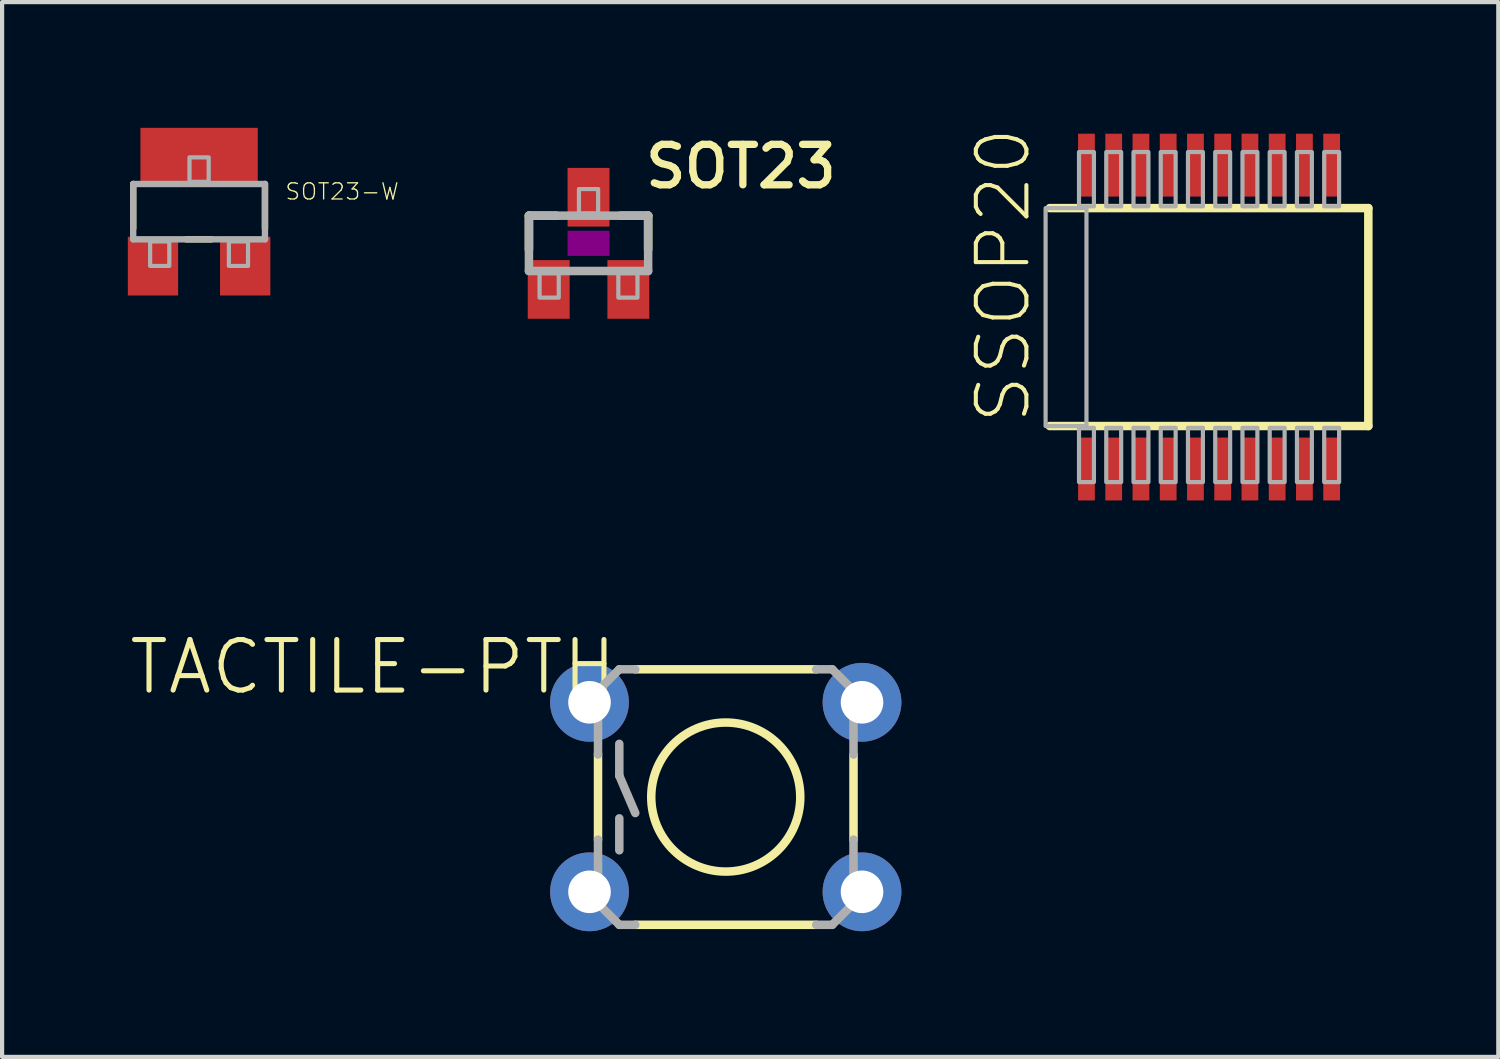
<source format=kicad_pcb>
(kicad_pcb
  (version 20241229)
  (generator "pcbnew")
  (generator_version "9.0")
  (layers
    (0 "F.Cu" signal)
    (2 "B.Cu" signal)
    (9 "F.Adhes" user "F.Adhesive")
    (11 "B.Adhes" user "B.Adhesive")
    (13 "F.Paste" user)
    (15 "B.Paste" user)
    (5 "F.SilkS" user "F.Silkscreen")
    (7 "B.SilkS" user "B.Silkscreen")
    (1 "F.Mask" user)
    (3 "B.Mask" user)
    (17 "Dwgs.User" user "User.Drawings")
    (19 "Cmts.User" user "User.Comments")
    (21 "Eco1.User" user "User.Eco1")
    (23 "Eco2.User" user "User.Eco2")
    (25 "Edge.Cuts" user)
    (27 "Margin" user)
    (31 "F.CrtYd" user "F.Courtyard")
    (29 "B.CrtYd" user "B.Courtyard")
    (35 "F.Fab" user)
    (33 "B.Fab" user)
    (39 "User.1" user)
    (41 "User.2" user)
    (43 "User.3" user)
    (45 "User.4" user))
  (footprint "SOT23"
    (layer "F.Cu")
    (at 10.992 2.756)
    (property "Reference" "SOT23" (at 1.27 -1.27 0) (layer "F.SilkS") (effects (font (size 0.965 0.965) (thickness 0.174)) (justify left bottom)))
    (attr through_hole)
    (fp_line (start -1.422 -0.66) (end -0.764 -0.66) (stroke (width 0.203) (type solid)) (layer "F.SilkS"))
    (fp_line (start -1.422 0.152) (end -1.422 -0.66) (stroke (width 0.203) (type solid)) (layer "F.SilkS"))
    (fp_line (start 0.764 -0.66) (end 1.422 -0.66) (stroke (width 0.203) (type solid)) (layer "F.SilkS"))
    (fp_line (start 1.422 -0.66) (end 1.422 0.152) (stroke (width 0.203) (type solid)) (layer "F.SilkS"))
    (fp_poly (pts (xy -0.5 0.3) (xy 0.5 0.3) (xy 0.5 -0.3) (xy -0.5 -0.3)) (stroke (width 0) (type solid)) (fill yes) (layer "F.Adhes"))
    (fp_line (start -1.422 -0.66) (end 1.422 -0.66) (stroke (width 0.203) (type solid)) (layer "F.Fab"))
    (fp_line (start -1.422 0.66) (end -1.422 -0.66) (stroke (width 0.203) (type solid)) (layer "F.Fab"))
    (fp_line (start 1.422 -0.66) (end 1.422 0.66) (stroke (width 0.203) (type solid)) (layer "F.Fab"))
    (fp_line (start 1.422 0.66) (end -1.422 0.66) (stroke (width 0.203) (type solid)) (layer "F.Fab"))
    (fp_poly (pts (xy -1.168 1.295) (xy -0.711 1.295) (xy -0.711 0.711) (xy -1.168 0.711)) (stroke (width 0.1) (type solid)) (fill no) (layer "F.Fab"))
    (fp_poly (pts (xy -0.229 -0.711) (xy 0.229 -0.711) (xy 0.229 -1.295) (xy -0.229 -1.295)) (stroke (width 0.1) (type solid)) (fill no) (layer "F.Fab"))
    (fp_poly (pts (xy 0.711 1.295) (xy 1.168 1.295) (xy 1.168 0.711) (xy 0.711 0.711)) (stroke (width 0.1) (type solid)) (fill no) (layer "F.Fab"))
    (pad "1" smd rect (at -0.95 1.1) (size 1 1.4) (layers "F.Cu" "F.Mask" "F.Paste"))
    (pad "2" smd rect (at 0.95 1.1) (size 1 1.4) (layers "F.Cu" "F.Mask" "F.Paste"))
    (pad "3" smd rect (at 0 -1.1) (size 1 1.4) (layers "F.Cu" "F.Mask" "F.Paste")))
  (footprint "SOT23-W"
    (layer "F.Cu")
    (at 1.7 2)
    (property "Reference" "SOT23-W" (at 2.032 -0.254 0) (layer "F.SilkS") (effects (font (size 0.386 0.386) (thickness 0.031)) (justify left bottom)))
    (attr through_hole)
    (fp_line (start -1.572 0.398) (end -1.572 -0.66) (stroke (width 0.152) (type solid)) (layer "F.SilkS"))
    (fp_line (start 0.295 0.66) (end -0.309 0.66) (stroke (width 0.152) (type solid)) (layer "F.SilkS"))
    (fp_line (start 1.572 -0.66) (end 1.572 0.398) (stroke (width 0.152) (type solid)) (layer "F.SilkS"))
    (fp_line (start -1.572 -0.66) (end 1.572 -0.66) (stroke (width 0.152) (type solid)) (layer "F.Fab"))
    (fp_line (start -1.572 0.66) (end -1.572 -0.66) (stroke (width 0.152) (type solid)) (layer "F.Fab"))
    (fp_line (start 1.572 -0.66) (end 1.572 0.66) (stroke (width 0.152) (type solid)) (layer "F.Fab"))
    (fp_line (start 1.572 0.66) (end -1.572 0.66) (stroke (width 0.152) (type solid)) (layer "F.Fab"))
    (fp_poly (pts (xy -1.168 1.295) (xy -0.711 1.295) (xy -0.711 0.711) (xy -1.168 0.711)) (stroke (width 0.1) (type solid)) (fill no) (layer "F.Fab"))
    (fp_poly (pts (xy -0.229 -0.711) (xy 0.229 -0.711) (xy 0.229 -1.295) (xy -0.229 -1.295)) (stroke (width 0.1) (type solid)) (fill no) (layer "F.Fab"))
    (fp_poly (pts (xy 0.711 1.295) (xy 1.168 1.295) (xy 1.168 0.711) (xy 0.711 0.711)) (stroke (width 0.1) (type solid)) (fill no) (layer "F.Fab"))
    (pad "1" smd rect (at -1.1 1.3) (size 1.2 1.4) (layers "F.Cu" "F.Mask" "F.Paste"))
    (pad "2" smd rect (at 1.1 1.3) (size 1.2 1.4) (layers "F.Cu" "F.Mask" "F.Paste"))
    (pad "3" smd rect (at 0 -1.3) (size 2.8 1.4) (layers "F.Cu" "F.Mask" "F.Paste")))
  (footprint "TACTILE-PTH"
    (layer "F.Cu")
    (at 14.266 15.967)
    (property "Reference" "TACTILE-PTH" (at -2.54 -3.81 180) (layer "F.SilkS") (effects (font (size 1.206 1.206) (thickness 0.121)) (justify right top)))
    (attr through_hole)
    (fp_line (start -3.048 -1.028) (end -3.048 1.016) (stroke (width 0.203) (type solid)) (layer "F.SilkS"))
    (fp_line (start -2.159 3.048) (end 2.159 3.048) (stroke (width 0.203) (type solid)) (layer "F.SilkS"))
    (fp_line (start 2.159 -3.048) (end -2.159 -3.048) (stroke (width 0.203) (type solid)) (layer "F.SilkS"))
    (fp_line (start 3.048 -0.998) (end 3.048 1.016) (stroke (width 0.203) (type solid)) (layer "F.SilkS"))
    (fp_circle (center 0 0) (end 1.778 0) (stroke (width 0.203) (type solid)) (fill no) (layer "F.SilkS"))
    (fp_line (start -3.048 -2.54) (end -3.048 -1.016) (stroke (width 0.203) (type solid)) (layer "F.Fab"))
    (fp_line (start -3.048 2.54) (end -3.048 1.016) (stroke (width 0.203) (type solid)) (layer "F.Fab"))
    (fp_line (start -2.54 -3.048) (end -3.048 -2.54) (stroke (width 0.203) (type solid)) (layer "F.Fab"))
    (fp_line (start -2.54 -3.048) (end -2.159 -3.048) (stroke (width 0.203) (type solid)) (layer "F.Fab"))
    (fp_line (start -2.54 -1.27) (end -2.54 -0.508) (stroke (width 0.203) (type solid)) (layer "F.Fab"))
    (fp_line (start -2.54 -0.508) (end -2.159 0.381) (stroke (width 0.203) (type solid)) (layer "F.Fab"))
    (fp_line (start -2.54 0.508) (end -2.54 1.27) (stroke (width 0.203) (type solid)) (layer "F.Fab"))
    (fp_line (start -2.54 3.048) (end -3.048 2.54) (stroke (width 0.203) (type solid)) (layer "F.Fab"))
    (fp_line (start -2.54 3.048) (end -2.159 3.048) (stroke (width 0.203) (type solid)) (layer "F.Fab"))
    (fp_line (start 2.54 -3.048) (end 2.159 -3.048) (stroke (width 0.203) (type solid)) (layer "F.Fab"))
    (fp_line (start 2.54 3.048) (end 2.159 3.048) (stroke (width 0.203) (type solid)) (layer "F.Fab"))
    (fp_line (start 2.54 3.048) (end 3.048 2.54) (stroke (width 0.203) (type solid)) (layer "F.Fab"))
    (fp_line (start 3.048 -2.54) (end 2.54 -3.048) (stroke (width 0.203) (type solid)) (layer "F.Fab"))
    (fp_line (start 3.048 -1.016) (end 3.048 -2.54) (stroke (width 0.203) (type solid)) (layer "F.Fab"))
    (fp_line (start 3.048 2.54) (end 3.048 1.016) (stroke (width 0.203) (type solid)) (layer "F.Fab"))
    (pad "1" thru_hole circle (at -3.251 -2.261) (size 1.88 1.88) (drill 1.016) (layers "*.Cu" "*.Mask"))
    (pad "2" thru_hole circle (at 3.251 -2.261) (size 1.88 1.88) (drill 1.016) (layers "*.Cu" "*.Mask"))
    (pad "3" thru_hole circle (at -3.251 2.261) (size 1.88 1.88) (drill 1.016) (layers "*.Cu" "*.Mask"))
    (pad "4" thru_hole circle (at 3.251 2.261) (size 1.88 1.88) (drill 1.016) (layers "*.Cu" "*.Mask")))
  (footprint "SSOP20"
    (layer "F.Cu")
    (at 25.797 4.515)
    (property "Reference" "SSOP20" (at -4.206 2.6 90) (layer "F.SilkS") (effects (font (size 1.206 1.206) (thickness 0.097)) (justify left bottom)))
    (attr through_hole)
    (fp_line (start -3.8 2.6) (end 3.8 2.6) (stroke (width 0.203) (type solid)) (layer "F.SilkS"))
    (fp_line (start 3.8 -2.6) (end -3.8 -2.6) (stroke (width 0.203) (type solid)) (layer "F.SilkS"))
    (fp_line (start 3.8 2.6) (end 3.8 -2.6) (stroke (width 0.203) (type solid)) (layer "F.SilkS"))
    (fp_poly (pts (xy -3.9 2.6) (xy -2.925 2.6) (xy -2.925 -2.6) (xy -3.9 -2.6)) (stroke (width 0.1) (type solid)) (fill no) (layer "F.Fab"))
    (fp_poly (pts (xy -3.103 3.937) (xy -2.747 3.937) (xy -2.747 2.642) (xy -3.103 2.642)) (stroke (width 0.1) (type solid)) (fill no) (layer "F.Fab"))
    (fp_poly (pts (xy -3.103 -2.642) (xy -2.747 -2.642) (xy -2.747 -3.937) (xy -3.103 -3.937)) (stroke (width 0.1) (type solid)) (fill no) (layer "F.Fab"))
    (fp_poly (pts (xy -2.453 3.937) (xy -2.097 3.937) (xy -2.097 2.642) (xy -2.453 2.642)) (stroke (width 0.1) (type solid)) (fill no) (layer "F.Fab"))
    (fp_poly (pts (xy -2.453 -2.642) (xy -2.097 -2.642) (xy -2.097 -3.937) (xy -2.453 -3.937)) (stroke (width 0.1) (type solid)) (fill no) (layer "F.Fab"))
    (fp_poly (pts (xy -1.803 3.937) (xy -1.447 3.937) (xy -1.447 2.642) (xy -1.803 2.642)) (stroke (width 0.1) (type solid)) (fill no) (layer "F.Fab"))
    (fp_poly (pts (xy -1.803 -2.642) (xy -1.447 -2.642) (xy -1.447 -3.937) (xy -1.803 -3.937)) (stroke (width 0.1) (type solid)) (fill no) (layer "F.Fab"))
    (fp_poly (pts (xy -1.153 3.937) (xy -0.797 3.937) (xy -0.797 2.642) (xy -1.153 2.642)) (stroke (width 0.1) (type solid)) (fill no) (layer "F.Fab"))
    (fp_poly (pts (xy -1.153 -2.642) (xy -0.797 -2.642) (xy -0.797 -3.937) (xy -1.153 -3.937)) (stroke (width 0.1) (type solid)) (fill no) (layer "F.Fab"))
    (fp_poly (pts (xy -0.503 3.937) (xy -0.147 3.937) (xy -0.147 2.642) (xy -0.503 2.642)) (stroke (width 0.1) (type solid)) (fill no) (layer "F.Fab"))
    (fp_poly (pts (xy -0.503 -2.642) (xy -0.147 -2.642) (xy -0.147 -3.937) (xy -0.503 -3.937)) (stroke (width 0.1) (type solid)) (fill no) (layer "F.Fab"))
    (fp_poly (pts (xy 0.147 3.937) (xy 0.503 3.937) (xy 0.503 2.642) (xy 0.147 2.642)) (stroke (width 0.1) (type solid)) (fill no) (layer "F.Fab"))
    (fp_poly (pts (xy 0.147 -2.642) (xy 0.503 -2.642) (xy 0.503 -3.937) (xy 0.147 -3.937)) (stroke (width 0.1) (type solid)) (fill no) (layer "F.Fab"))
    (fp_poly (pts (xy 0.797 3.937) (xy 1.153 3.937) (xy 1.153 2.642) (xy 0.797 2.642)) (stroke (width 0.1) (type solid)) (fill no) (layer "F.Fab"))
    (fp_poly (pts (xy 0.797 -2.642) (xy 1.153 -2.642) (xy 1.153 -3.937) (xy 0.797 -3.937)) (stroke (width 0.1) (type solid)) (fill no) (layer "F.Fab"))
    (fp_poly (pts (xy 1.447 -2.642) (xy 1.803 -2.642) (xy 1.803 -3.937) (xy 1.447 -3.937)) (stroke (width 0.1) (type solid)) (fill no) (layer "F.Fab"))
    (fp_poly (pts (xy 1.447 3.937) (xy 1.803 3.937) (xy 1.803 2.642) (xy 1.447 2.642)) (stroke (width 0.1) (type solid)) (fill no) (layer "F.Fab"))
    (fp_poly (pts (xy 2.097 -2.642) (xy 2.453 -2.642) (xy 2.453 -3.937) (xy 2.097 -3.937)) (stroke (width 0.1) (type solid)) (fill no) (layer "F.Fab"))
    (fp_poly (pts (xy 2.097 3.937) (xy 2.453 3.937) (xy 2.453 2.642) (xy 2.097 2.642)) (stroke (width 0.1) (type solid)) (fill no) (layer "F.Fab"))
    (fp_poly (pts (xy 2.747 -2.642) (xy 3.103 -2.642) (xy 3.103 -3.937) (xy 2.747 -3.937)) (stroke (width 0.1) (type solid)) (fill no) (layer "F.Fab"))
    (fp_poly (pts (xy 2.747 3.937) (xy 3.103 3.937) (xy 3.103 2.642) (xy 2.747 2.642)) (stroke (width 0.1) (type solid)) (fill no) (layer "F.Fab"))
    (pad "1" smd rect (at -2.925 3.625) (size 0.4 1.5) (layers "F.Cu" "F.Mask" "F.Paste"))
    (pad "2" smd rect (at -2.275 3.625) (size 0.4 1.5) (layers "F.Cu" "F.Mask" "F.Paste"))
    (pad "3" smd rect (at -1.625 3.625) (size 0.4 1.5) (layers "F.Cu" "F.Mask" "F.Paste"))
    (pad "4" smd rect (at -0.975 3.625) (size 0.4 1.5) (layers "F.Cu" "F.Mask" "F.Paste"))
    (pad "5" smd rect (at -0.325 3.625) (size 0.4 1.5) (layers "F.Cu" "F.Mask" "F.Paste"))
    (pad "6" smd rect (at 0.325 3.625) (size 0.4 1.5) (layers "F.Cu" "F.Mask" "F.Paste"))
    (pad "7" smd rect (at 0.975 3.625) (size 0.4 1.5) (layers "F.Cu" "F.Mask" "F.Paste"))
    (pad "8" smd rect (at 1.625 3.625) (size 0.4 1.5) (layers "F.Cu" "F.Mask" "F.Paste"))
    (pad "9" smd rect (at 2.275 3.625) (size 0.4 1.5) (layers "F.Cu" "F.Mask" "F.Paste"))
    (pad "10" smd rect (at 2.925 3.625) (size 0.4 1.5) (layers "F.Cu" "F.Mask" "F.Paste"))
    (pad "11" smd rect (at 2.925 -3.625) (size 0.4 1.5) (layers "F.Cu" "F.Mask" "F.Paste"))
    (pad "12" smd rect (at 2.275 -3.625) (size 0.4 1.5) (layers "F.Cu" "F.Mask" "F.Paste"))
    (pad "13" smd rect (at 1.625 -3.625) (size 0.4 1.5) (layers "F.Cu" "F.Mask" "F.Paste"))
    (pad "14" smd rect (at 0.975 -3.625) (size 0.4 1.5) (layers "F.Cu" "F.Mask" "F.Paste"))
    (pad "15" smd rect (at 0.325 -3.625) (size 0.4 1.5) (layers "F.Cu" "F.Mask" "F.Paste"))
    (pad "16" smd rect (at -0.325 -3.625) (size 0.4 1.5) (layers "F.Cu" "F.Mask" "F.Paste"))
    (pad "17" smd rect (at -0.975 -3.625) (size 0.4 1.5) (layers "F.Cu" "F.Mask" "F.Paste"))
    (pad "18" smd rect (at -1.625 -3.625) (size 0.4 1.5) (layers "F.Cu" "F.Mask" "F.Paste"))
    (pad "19" smd rect (at -2.275 -3.625) (size 0.4 1.5) (layers "F.Cu" "F.Mask" "F.Paste"))
    (pad "20" smd rect (at -2.925 -3.625) (size 0.4 1.5) (layers "F.Cu" "F.Mask" "F.Paste")))
  (gr_rect
    (start -3 -3)
    (end 32.698 22.167)
    (stroke (width 0.1) (type default))
    (fill no)
    (layer "Edge.Cuts")))
</source>
